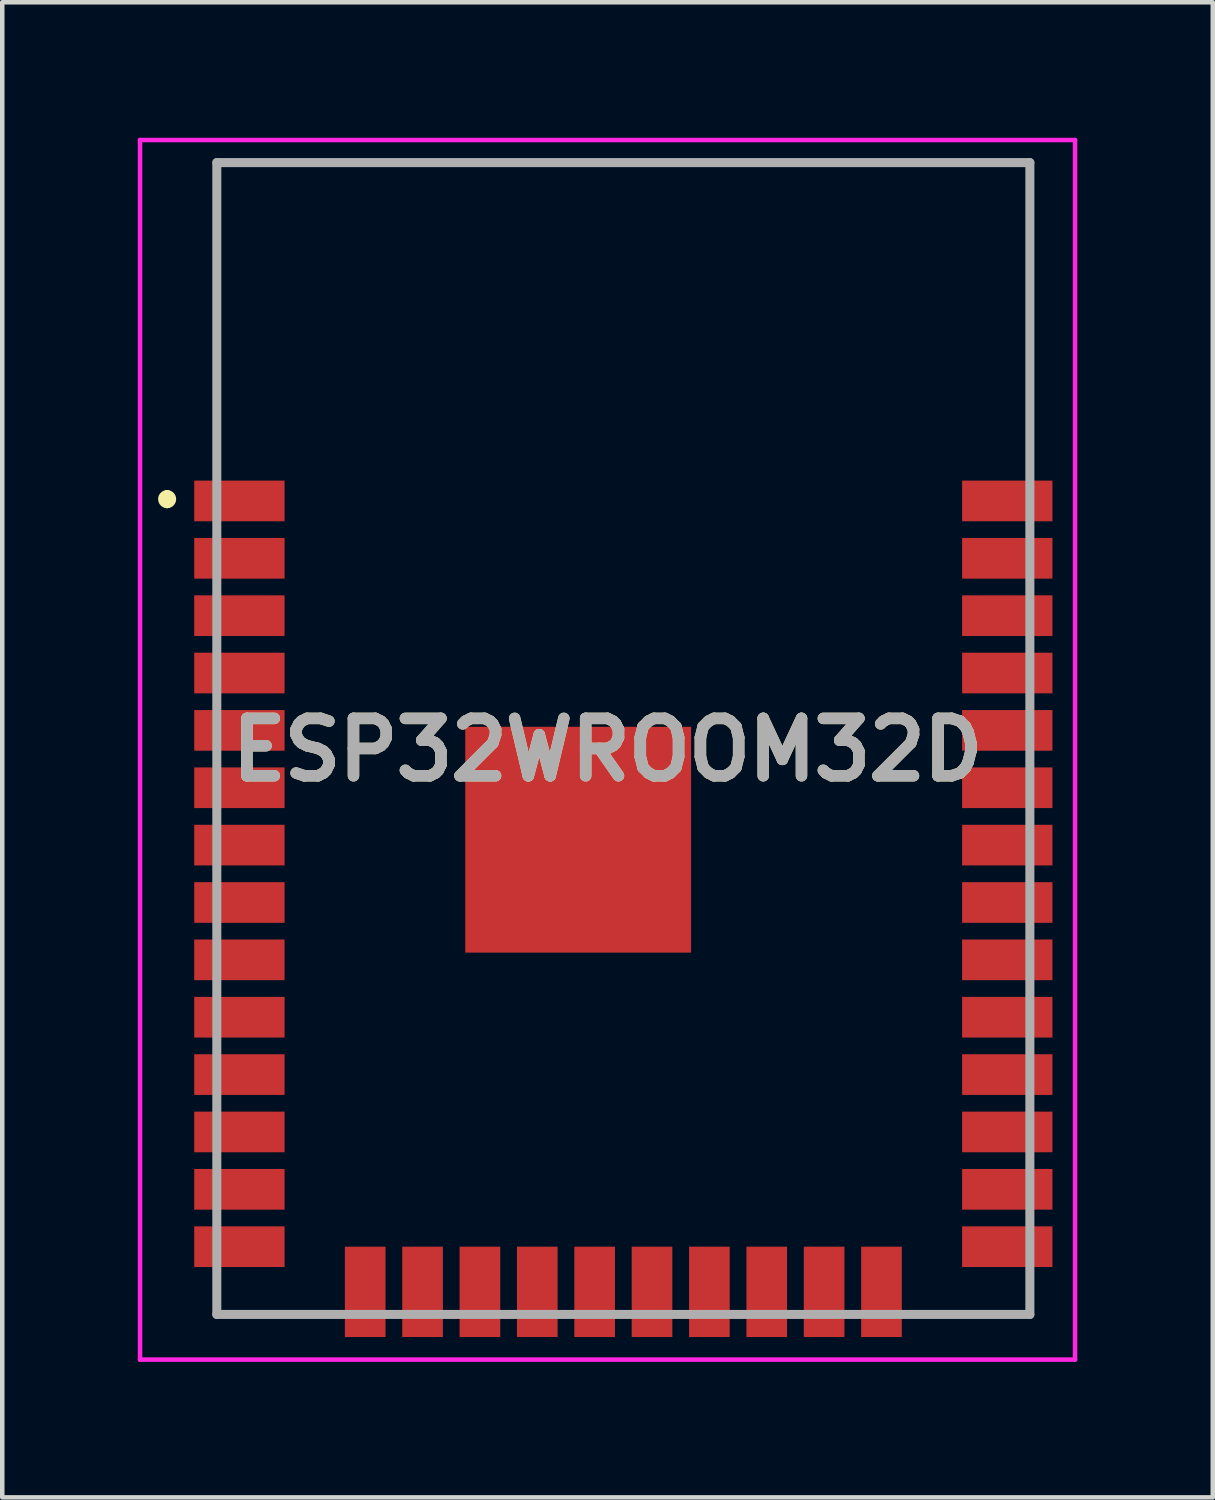
<source format=kicad_pcb>
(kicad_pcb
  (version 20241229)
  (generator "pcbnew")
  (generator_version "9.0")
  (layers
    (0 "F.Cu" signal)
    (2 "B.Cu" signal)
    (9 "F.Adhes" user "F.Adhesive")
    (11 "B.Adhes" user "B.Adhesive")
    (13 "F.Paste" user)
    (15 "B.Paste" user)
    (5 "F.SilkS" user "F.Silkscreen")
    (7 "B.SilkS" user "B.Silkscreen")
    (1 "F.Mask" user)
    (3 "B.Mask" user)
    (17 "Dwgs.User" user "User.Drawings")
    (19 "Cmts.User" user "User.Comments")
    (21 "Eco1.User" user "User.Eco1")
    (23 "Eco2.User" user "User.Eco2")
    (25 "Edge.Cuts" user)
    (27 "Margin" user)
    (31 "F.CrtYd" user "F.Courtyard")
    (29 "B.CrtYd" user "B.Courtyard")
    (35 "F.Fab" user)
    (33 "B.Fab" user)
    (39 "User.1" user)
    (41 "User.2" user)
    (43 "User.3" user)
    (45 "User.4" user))
  (footprint "ESP32WROOM32D"
    (layer "F.Cu")
    (at 10.4 13.55)
    (property "Reference" "ESP32WROOM32D" (at 0 0 0) (layer "F.SilkS") (effects (font (size 1.27 1.27) (thickness 0.254))))
    (attr smd)
    (fp_line (start -9.75 -5.65) (end -9.75 -5.65) (stroke (width 0.2) (type solid)) (layer "F.SilkS"))
    (fp_line (start -9.75 -5.45) (end -9.75 -5.45) (stroke (width 0.2) (type solid)) (layer "F.SilkS"))
    (fp_line (start -8.65 -13) (end 9.35 -13) (stroke (width 0.1) (type solid)) (layer "F.SilkS"))
    (fp_line (start -8.65 -6.75) (end -8.65 -13) (stroke (width 0.1) (type solid)) (layer "F.SilkS"))
    (fp_line (start -8.65 12) (end -8.65 12.5) (stroke (width 0.1) (type solid)) (layer "F.SilkS"))
    (fp_line (start -8.65 12.5) (end -6.65 12.5) (stroke (width 0.1) (type solid)) (layer "F.SilkS"))
    (fp_line (start 7.35 12.5) (end 9.35 12.5) (stroke (width 0.1) (type solid)) (layer "F.SilkS"))
    (fp_line (start 9.35 -13) (end 9.35 -6.75) (stroke (width 0.1) (type solid)) (layer "F.SilkS"))
    (fp_line (start 9.35 12.5) (end 9.35 12) (stroke (width 0.1) (type solid)) (layer "F.SilkS"))
    (fp_arc (start -9.75 -5.65) (mid -9.65 -5.55) (end -9.75 -5.45) (stroke (width 0.2) (type solid)) (layer "F.SilkS"))
    (fp_arc (start -9.75 -5.45) (mid -9.85 -5.55) (end -9.75 -5.65) (stroke (width 0.2) (type solid)) (layer "F.SilkS"))
    (fp_line (start -10.35 -13.5) (end 10.35 -13.5) (stroke (width 0.1) (type solid)) (layer "F.CrtYd"))
    (fp_line (start -10.35 13.5) (end -10.35 -13.5) (stroke (width 0.1) (type solid)) (layer "F.CrtYd"))
    (fp_line (start 10.35 -13.5) (end 10.35 13.5) (stroke (width 0.1) (type solid)) (layer "F.CrtYd"))
    (fp_line (start 10.35 13.5) (end -10.35 13.5) (stroke (width 0.1) (type solid)) (layer "F.CrtYd"))
    (fp_line (start -8.65 -13) (end 9.35 -13) (stroke (width 0.2) (type solid)) (layer "F.Fab"))
    (fp_line (start -8.65 12.5) (end -8.65 -13) (stroke (width 0.2) (type solid)) (layer "F.Fab"))
    (fp_line (start 9.35 -13) (end 9.35 12.5) (stroke (width 0.2) (type solid)) (layer "F.Fab"))
    (fp_line (start 9.35 12.5) (end -8.65 12.5) (stroke (width 0.2) (type solid)) (layer "F.Fab"))
    (fp_text user "${REFERENCE}" (at 0 0 0) (layer "F.Fab") (effects (font (size 1.27 1.27) (thickness 0.254))))
    (pad "1" smd rect (at -8.15 -5.51 90) (size 0.9 2) (layers "F.Cu" "F.Mask" "F.Paste"))
    (pad "2" smd rect (at -8.15 -4.24 90) (size 0.9 2) (layers "F.Cu" "F.Mask" "F.Paste"))
    (pad "3" smd rect (at -8.15 -2.97 90) (size 0.9 2) (layers "F.Cu" "F.Mask" "F.Paste"))
    (pad "4" smd rect (at -8.15 -1.7 90) (size 0.9 2) (layers "F.Cu" "F.Mask" "F.Paste"))
    (pad "5" smd rect (at -8.15 -0.43 90) (size 0.9 2) (layers "F.Cu" "F.Mask" "F.Paste"))
    (pad "6" smd rect (at -8.15 0.84 90) (size 0.9 2) (layers "F.Cu" "F.Mask" "F.Paste"))
    (pad "7" smd rect (at -8.15 2.11 90) (size 0.9 2) (layers "F.Cu" "F.Mask" "F.Paste"))
    (pad "8" smd rect (at -8.15 3.38 90) (size 0.9 2) (layers "F.Cu" "F.Mask" "F.Paste"))
    (pad "9" smd rect (at -8.15 4.65 90) (size 0.9 2) (layers "F.Cu" "F.Mask" "F.Paste"))
    (pad "10" smd rect (at -8.15 5.92 90) (size 0.9 2) (layers "F.Cu" "F.Mask" "F.Paste"))
    (pad "11" smd rect (at -8.15 7.19 90) (size 0.9 2) (layers "F.Cu" "F.Mask" "F.Paste"))
    (pad "12" smd rect (at -8.15 8.46 90) (size 0.9 2) (layers "F.Cu" "F.Mask" "F.Paste"))
    (pad "13" smd rect (at -8.15 9.73 90) (size 0.9 2) (layers "F.Cu" "F.Mask" "F.Paste"))
    (pad "14" smd rect (at -8.15 11 90) (size 0.9 2) (layers "F.Cu" "F.Mask" "F.Paste"))
    (pad "15" smd rect (at -5.365 12) (size 0.9 2) (layers "F.Cu" "F.Mask" "F.Paste"))
    (pad "16" smd rect (at -4.095 12) (size 0.9 2) (layers "F.Cu" "F.Mask" "F.Paste"))
    (pad "17" smd rect (at -2.825 12) (size 0.9 2) (layers "F.Cu" "F.Mask" "F.Paste"))
    (pad "18" smd rect (at -1.555 12) (size 0.9 2) (layers "F.Cu" "F.Mask" "F.Paste"))
    (pad "19" smd rect (at -0.285 12) (size 0.9 2) (layers "F.Cu" "F.Mask" "F.Paste"))
    (pad "20" smd rect (at 0.985 12) (size 0.9 2) (layers "F.Cu" "F.Mask" "F.Paste"))
    (pad "21" smd rect (at 2.255 12) (size 0.9 2) (layers "F.Cu" "F.Mask" "F.Paste"))
    (pad "22" smd rect (at 3.525 12) (size 0.9 2) (layers "F.Cu" "F.Mask" "F.Paste"))
    (pad "23" smd rect (at 4.795 12) (size 0.9 2) (layers "F.Cu" "F.Mask" "F.Paste"))
    (pad "24" smd rect (at 6.065 12) (size 0.9 2) (layers "F.Cu" "F.Mask" "F.Paste"))
    (pad "25" smd rect (at 8.85 11 90) (size 0.9 2) (layers "F.Cu" "F.Mask" "F.Paste"))
    (pad "26" smd rect (at 8.85 9.73 90) (size 0.9 2) (layers "F.Cu" "F.Mask" "F.Paste"))
    (pad "27" smd rect (at 8.85 8.46 90) (size 0.9 2) (layers "F.Cu" "F.Mask" "F.Paste"))
    (pad "28" smd rect (at 8.85 7.19 90) (size 0.9 2) (layers "F.Cu" "F.Mask" "F.Paste"))
    (pad "29" smd rect (at 8.85 5.92 90) (size 0.9 2) (layers "F.Cu" "F.Mask" "F.Paste"))
    (pad "30" smd rect (at 8.85 4.65 90) (size 0.9 2) (layers "F.Cu" "F.Mask" "F.Paste"))
    (pad "31" smd rect (at 8.85 3.38 90) (size 0.9 2) (layers "F.Cu" "F.Mask" "F.Paste"))
    (pad "32" smd rect (at 8.85 2.11 90) (size 0.9 2) (layers "F.Cu" "F.Mask" "F.Paste"))
    (pad "33" smd rect (at 8.85 0.84 90) (size 0.9 2) (layers "F.Cu" "F.Mask" "F.Paste"))
    (pad "34" smd rect (at 8.85 -0.43 90) (size 0.9 2) (layers "F.Cu" "F.Mask" "F.Paste"))
    (pad "35" smd rect (at 8.85 -1.7 90) (size 0.9 2) (layers "F.Cu" "F.Mask" "F.Paste"))
    (pad "36" smd rect (at 8.85 -2.97 90) (size 0.9 2) (layers "F.Cu" "F.Mask" "F.Paste"))
    (pad "37" smd rect (at 8.85 -4.24 90) (size 0.9 2) (layers "F.Cu" "F.Mask" "F.Paste"))
    (pad "38" smd rect (at 8.85 -5.51 90) (size 0.9 2) (layers "F.Cu" "F.Mask" "F.Paste"))
    (pad "39" smd rect (at -0.65 1.99 90) (size 5 5) (layers "F.Cu" "F.Mask" "F.Paste")))
  (gr_rect
    (start -3 -3)
    (end 23.8 30.1)
    (stroke (width 0.1) (type default))
    (fill no)
    (layer "Edge.Cuts")))
</source>
